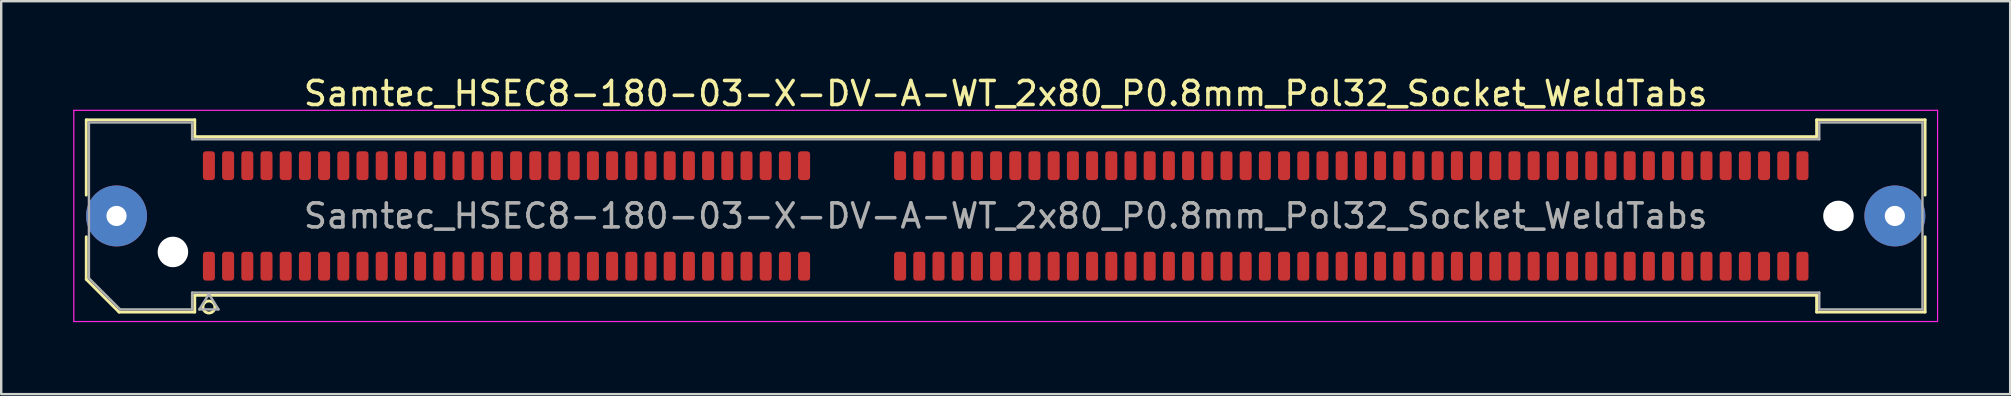
<source format=kicad_pcb>
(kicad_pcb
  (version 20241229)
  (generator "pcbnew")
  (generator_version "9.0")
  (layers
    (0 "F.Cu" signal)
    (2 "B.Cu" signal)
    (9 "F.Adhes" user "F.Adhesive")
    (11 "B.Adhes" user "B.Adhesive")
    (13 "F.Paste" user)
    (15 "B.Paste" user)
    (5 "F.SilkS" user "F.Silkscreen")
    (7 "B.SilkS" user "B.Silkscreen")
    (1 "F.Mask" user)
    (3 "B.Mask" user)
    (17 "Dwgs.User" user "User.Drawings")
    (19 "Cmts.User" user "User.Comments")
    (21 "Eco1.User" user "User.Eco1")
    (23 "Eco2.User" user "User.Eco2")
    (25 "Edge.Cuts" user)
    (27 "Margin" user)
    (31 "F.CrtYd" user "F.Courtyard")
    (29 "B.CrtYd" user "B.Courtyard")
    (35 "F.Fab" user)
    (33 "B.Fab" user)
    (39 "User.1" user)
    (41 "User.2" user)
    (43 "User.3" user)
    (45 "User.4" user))
  (footprint "Samtec_HSEC8-180-03-X-DV-A-WT_2x80_P0.8mm_Pol32_Socket_WeldTabs"
    (layer "F.Cu")
    (at 38.855 5.948)
    (property "Reference" "Samtec_HSEC8-180-03-X-DV-A-WT_2x80_P0.8mm_Pol32_Socket_WeldTabs" (at 0 -5.1 0) (layer "F.SilkS") (effects (font (size 1 1) (thickness 0.15))))
    (attr smd)
    (fp_line (start -38.31 -4.005) (end -33.79 -4.005) (stroke (width 0.12) (type solid)) (layer "F.SilkS"))
    (fp_line (start -38.31 -0.868) (end -38.31 -4.005) (stroke (width 0.12) (type solid)) (layer "F.SilkS"))
    (fp_line (start -38.31 2.641) (end -38.31 0.868) (stroke (width 0.12) (type solid)) (layer "F.SilkS"))
    (fp_line (start -36.946 4.005) (end -38.31 2.641) (stroke (width 0.12) (type solid)) (layer "F.SilkS"))
    (fp_line (start -33.79 -4.005) (end -33.79 -3.305) (stroke (width 0.12) (type solid)) (layer "F.SilkS"))
    (fp_line (start -33.79 -3.305) (end 33.79 -3.305) (stroke (width 0.12) (type solid)) (layer "F.SilkS"))
    (fp_line (start -33.79 3.305) (end -33.79 4.005) (stroke (width 0.12) (type solid)) (layer "F.SilkS"))
    (fp_line (start -33.79 4.005) (end -36.946 4.005) (stroke (width 0.12) (type solid)) (layer "F.SilkS"))
    (fp_line (start 33.79 -4.005) (end 38.31 -4.005) (stroke (width 0.12) (type solid)) (layer "F.SilkS"))
    (fp_line (start 33.79 -3.305) (end 33.79 -4.005) (stroke (width 0.12) (type solid)) (layer "F.SilkS"))
    (fp_line (start 33.79 3.305) (end -33.79 3.305) (stroke (width 0.12) (type solid)) (layer "F.SilkS"))
    (fp_line (start 33.79 4.005) (end 33.79 3.305) (stroke (width 0.12) (type solid)) (layer "F.SilkS"))
    (fp_line (start 38.31 -4.005) (end 38.31 -0.868) (stroke (width 0.12) (type solid)) (layer "F.SilkS"))
    (fp_line (start 38.31 0.868) (end 38.31 4.005) (stroke (width 0.12) (type solid)) (layer "F.SilkS"))
    (fp_line (start 38.31 4.005) (end 33.79 4.005) (stroke (width 0.12) (type solid)) (layer "F.SilkS"))
    (fp_arc (start -32.95 3.795) (mid -33.45 3.795) (end -32.95 3.795) (stroke (width 0.12) (type solid)) (layer "F.SilkS"))
    (fp_line (start -38.83 -4.4) (end -38.83 4.4) (stroke (width 0.05) (type solid)) (layer "F.CrtYd"))
    (fp_line (start -38.83 4.4) (end 38.83 4.4) (stroke (width 0.05) (type solid)) (layer "F.CrtYd"))
    (fp_line (start 38.83 -4.4) (end -38.83 -4.4) (stroke (width 0.05) (type solid)) (layer "F.CrtYd"))
    (fp_line (start 38.83 4.4) (end 38.83 -4.4) (stroke (width 0.05) (type solid)) (layer "F.CrtYd"))
    (fp_line (start -38.2 -3.895) (end -33.9 -3.895) (stroke (width 0.1) (type solid)) (layer "F.Fab"))
    (fp_line (start -38.2 2.595) (end -38.2 -3.895) (stroke (width 0.1) (type solid)) (layer "F.Fab"))
    (fp_line (start -36.9 3.895) (end -38.2 2.595) (stroke (width 0.1) (type solid)) (layer "F.Fab"))
    (fp_line (start -33.9 -3.895) (end -33.9 -3.195) (stroke (width 0.1) (type solid)) (layer "F.Fab"))
    (fp_line (start -33.9 -3.195) (end 33.9 -3.195) (stroke (width 0.1) (type solid)) (layer "F.Fab"))
    (fp_line (start -33.9 3.195) (end -33.9 3.895) (stroke (width 0.1) (type solid)) (layer "F.Fab"))
    (fp_line (start -33.9 3.895) (end -36.9 3.895) (stroke (width 0.1) (type solid)) (layer "F.Fab"))
    (fp_line (start -33.6 3.895) (end -33.2 3.255) (stroke (width 0.1) (type solid)) (layer "F.Fab"))
    (fp_line (start -33.2 3.255) (end -32.8 3.895) (stroke (width 0.1) (type solid)) (layer "F.Fab"))
    (fp_line (start -32.8 3.895) (end -33.6 3.895) (stroke (width 0.1) (type solid)) (layer "F.Fab"))
    (fp_line (start 33.9 -3.895) (end 38.2 -3.895) (stroke (width 0.1) (type solid)) (layer "F.Fab"))
    (fp_line (start 33.9 -3.195) (end 33.9 -3.895) (stroke (width 0.1) (type solid)) (layer "F.Fab"))
    (fp_line (start 33.9 3.195) (end -33.9 3.195) (stroke (width 0.1) (type solid)) (layer "F.Fab"))
    (fp_line (start 33.9 3.895) (end 33.9 3.195) (stroke (width 0.1) (type solid)) (layer "F.Fab"))
    (fp_line (start 38.2 -3.895) (end 38.2 3.895) (stroke (width 0.1) (type solid)) (layer "F.Fab"))
    (fp_line (start 38.2 3.895) (end 33.9 3.895) (stroke (width 0.1) (type solid)) (layer "F.Fab"))
    (fp_text user "${REFERENCE}" (at 0 0 0) (layer "F.Fab") (effects (font (size 1 1) (thickness 0.15))))
    (pad "" thru_hole circle (at -37.05 0) (size 2.54 2.54) (drill 0.84) (layers "*.Cu" "*.Mask" "F.Paste"))
    (pad "" np_thru_hole circle (at -34.7 1.5) (size 1.27 1.27) (drill 1.27) (layers "*.Cu" "*.Mask"))
    (pad "" np_thru_hole circle (at 34.7 0) (size 1.27 1.27) (drill 1.27) (layers "*.Cu" "*.Mask"))
    (pad "" thru_hole circle (at 37.05 0) (size 2.54 2.54) (drill 0.84) (layers "*.Cu" "*.Mask" "F.Paste"))
    (pad "1" smd roundrect (at -33.2 2.095) (size 0.5 1.2) (layers "F.Cu" "F.Mask" "F.Paste") (roundrect_rratio 0.25))
    (pad "2" smd roundrect (at -33.2 -2.095) (size 0.5 1.2) (layers "F.Cu" "F.Mask" "F.Paste") (roundrect_rratio 0.25))
    (pad "3" smd roundrect (at -32.4 2.095) (size 0.5 1.2) (layers "F.Cu" "F.Mask" "F.Paste") (roundrect_rratio 0.25))
    (pad "4" smd roundrect (at -32.4 -2.095) (size 0.5 1.2) (layers "F.Cu" "F.Mask" "F.Paste") (roundrect_rratio 0.25))
    (pad "5" smd roundrect (at -31.6 2.095) (size 0.5 1.2) (layers "F.Cu" "F.Mask" "F.Paste") (roundrect_rratio 0.25))
    (pad "6" smd roundrect (at -31.6 -2.095) (size 0.5 1.2) (layers "F.Cu" "F.Mask" "F.Paste") (roundrect_rratio 0.25))
    (pad "7" smd roundrect (at -30.8 2.095) (size 0.5 1.2) (layers "F.Cu" "F.Mask" "F.Paste") (roundrect_rratio 0.25))
    (pad "8" smd roundrect (at -30.8 -2.095) (size 0.5 1.2) (layers "F.Cu" "F.Mask" "F.Paste") (roundrect_rratio 0.25))
    (pad "9" smd roundrect (at -30 2.095) (size 0.5 1.2) (layers "F.Cu" "F.Mask" "F.Paste") (roundrect_rratio 0.25))
    (pad "10" smd roundrect (at -30 -2.095) (size 0.5 1.2) (layers "F.Cu" "F.Mask" "F.Paste") (roundrect_rratio 0.25))
    (pad "11" smd roundrect (at -29.2 2.095) (size 0.5 1.2) (layers "F.Cu" "F.Mask" "F.Paste") (roundrect_rratio 0.25))
    (pad "12" smd roundrect (at -29.2 -2.095) (size 0.5 1.2) (layers "F.Cu" "F.Mask" "F.Paste") (roundrect_rratio 0.25))
    (pad "13" smd roundrect (at -28.4 2.095) (size 0.5 1.2) (layers "F.Cu" "F.Mask" "F.Paste") (roundrect_rratio 0.25))
    (pad "14" smd roundrect (at -28.4 -2.095) (size 0.5 1.2) (layers "F.Cu" "F.Mask" "F.Paste") (roundrect_rratio 0.25))
    (pad "15" smd roundrect (at -27.6 2.095) (size 0.5 1.2) (layers "F.Cu" "F.Mask" "F.Paste") (roundrect_rratio 0.25))
    (pad "16" smd roundrect (at -27.6 -2.095) (size 0.5 1.2) (layers "F.Cu" "F.Mask" "F.Paste") (roundrect_rratio 0.25))
    (pad "17" smd roundrect (at -26.8 2.095) (size 0.5 1.2) (layers "F.Cu" "F.Mask" "F.Paste") (roundrect_rratio 0.25))
    (pad "18" smd roundrect (at -26.8 -2.095) (size 0.5 1.2) (layers "F.Cu" "F.Mask" "F.Paste") (roundrect_rratio 0.25))
    (pad "19" smd roundrect (at -26 2.095) (size 0.5 1.2) (layers "F.Cu" "F.Mask" "F.Paste") (roundrect_rratio 0.25))
    (pad "20" smd roundrect (at -26 -2.095) (size 0.5 1.2) (layers "F.Cu" "F.Mask" "F.Paste") (roundrect_rratio 0.25))
    (pad "21" smd roundrect (at -25.2 2.095) (size 0.5 1.2) (layers "F.Cu" "F.Mask" "F.Paste") (roundrect_rratio 0.25))
    (pad "22" smd roundrect (at -25.2 -2.095) (size 0.5 1.2) (layers "F.Cu" "F.Mask" "F.Paste") (roundrect_rratio 0.25))
    (pad "23" smd roundrect (at -24.4 2.095) (size 0.5 1.2) (layers "F.Cu" "F.Mask" "F.Paste") (roundrect_rratio 0.25))
    (pad "24" smd roundrect (at -24.4 -2.095) (size 0.5 1.2) (layers "F.Cu" "F.Mask" "F.Paste") (roundrect_rratio 0.25))
    (pad "25" smd roundrect (at -23.6 2.095) (size 0.5 1.2) (layers "F.Cu" "F.Mask" "F.Paste") (roundrect_rratio 0.25))
    (pad "26" smd roundrect (at -23.6 -2.095) (size 0.5 1.2) (layers "F.Cu" "F.Mask" "F.Paste") (roundrect_rratio 0.25))
    (pad "27" smd roundrect (at -22.8 2.095) (size 0.5 1.2) (layers "F.Cu" "F.Mask" "F.Paste") (roundrect_rratio 0.25))
    (pad "28" smd roundrect (at -22.8 -2.095) (size 0.5 1.2) (layers "F.Cu" "F.Mask" "F.Paste") (roundrect_rratio 0.25))
    (pad "29" smd roundrect (at -22 2.095) (size 0.5 1.2) (layers "F.Cu" "F.Mask" "F.Paste") (roundrect_rratio 0.25))
    (pad "30" smd roundrect (at -22 -2.095) (size 0.5 1.2) (layers "F.Cu" "F.Mask" "F.Paste") (roundrect_rratio 0.25))
    (pad "31" smd roundrect (at -21.2 2.095) (size 0.5 1.2) (layers "F.Cu" "F.Mask" "F.Paste") (roundrect_rratio 0.25))
    (pad "32" smd roundrect (at -21.2 -2.095) (size 0.5 1.2) (layers "F.Cu" "F.Mask" "F.Paste") (roundrect_rratio 0.25))
    (pad "33" smd roundrect (at -20.4 2.095) (size 0.5 1.2) (layers "F.Cu" "F.Mask" "F.Paste") (roundrect_rratio 0.25))
    (pad "34" smd roundrect (at -20.4 -2.095) (size 0.5 1.2) (layers "F.Cu" "F.Mask" "F.Paste") (roundrect_rratio 0.25))
    (pad "35" smd roundrect (at -19.6 2.095) (size 0.5 1.2) (layers "F.Cu" "F.Mask" "F.Paste") (roundrect_rratio 0.25))
    (pad "36" smd roundrect (at -19.6 -2.095) (size 0.5 1.2) (layers "F.Cu" "F.Mask" "F.Paste") (roundrect_rratio 0.25))
    (pad "37" smd roundrect (at -18.8 2.095) (size 0.5 1.2) (layers "F.Cu" "F.Mask" "F.Paste") (roundrect_rratio 0.25))
    (pad "38" smd roundrect (at -18.8 -2.095) (size 0.5 1.2) (layers "F.Cu" "F.Mask" "F.Paste") (roundrect_rratio 0.25))
    (pad "39" smd roundrect (at -18 2.095) (size 0.5 1.2) (layers "F.Cu" "F.Mask" "F.Paste") (roundrect_rratio 0.25))
    (pad "40" smd roundrect (at -18 -2.095) (size 0.5 1.2) (layers "F.Cu" "F.Mask" "F.Paste") (roundrect_rratio 0.25))
    (pad "41" smd roundrect (at -17.2 2.095) (size 0.5 1.2) (layers "F.Cu" "F.Mask" "F.Paste") (roundrect_rratio 0.25))
    (pad "42" smd roundrect (at -17.2 -2.095) (size 0.5 1.2) (layers "F.Cu" "F.Mask" "F.Paste") (roundrect_rratio 0.25))
    (pad "43" smd roundrect (at -16.4 2.095) (size 0.5 1.2) (layers "F.Cu" "F.Mask" "F.Paste") (roundrect_rratio 0.25))
    (pad "44" smd roundrect (at -16.4 -2.095) (size 0.5 1.2) (layers "F.Cu" "F.Mask" "F.Paste") (roundrect_rratio 0.25))
    (pad "45" smd roundrect (at -15.6 2.095) (size 0.5 1.2) (layers "F.Cu" "F.Mask" "F.Paste") (roundrect_rratio 0.25))
    (pad "46" smd roundrect (at -15.6 -2.095) (size 0.5 1.2) (layers "F.Cu" "F.Mask" "F.Paste") (roundrect_rratio 0.25))
    (pad "47" smd roundrect (at -14.8 2.095) (size 0.5 1.2) (layers "F.Cu" "F.Mask" "F.Paste") (roundrect_rratio 0.25))
    (pad "48" smd roundrect (at -14.8 -2.095) (size 0.5 1.2) (layers "F.Cu" "F.Mask" "F.Paste") (roundrect_rratio 0.25))
    (pad "49" smd roundrect (at -14 2.095) (size 0.5 1.2) (layers "F.Cu" "F.Mask" "F.Paste") (roundrect_rratio 0.25))
    (pad "50" smd roundrect (at -14 -2.095) (size 0.5 1.2) (layers "F.Cu" "F.Mask" "F.Paste") (roundrect_rratio 0.25))
    (pad "51" smd roundrect (at -13.2 2.095) (size 0.5 1.2) (layers "F.Cu" "F.Mask" "F.Paste") (roundrect_rratio 0.25))
    (pad "52" smd roundrect (at -13.2 -2.095) (size 0.5 1.2) (layers "F.Cu" "F.Mask" "F.Paste") (roundrect_rratio 0.25))
    (pad "53" smd roundrect (at -12.4 2.095) (size 0.5 1.2) (layers "F.Cu" "F.Mask" "F.Paste") (roundrect_rratio 0.25))
    (pad "54" smd roundrect (at -12.4 -2.095) (size 0.5 1.2) (layers "F.Cu" "F.Mask" "F.Paste") (roundrect_rratio 0.25))
    (pad "55" smd roundrect (at -11.6 2.095) (size 0.5 1.2) (layers "F.Cu" "F.Mask" "F.Paste") (roundrect_rratio 0.25))
    (pad "56" smd roundrect (at -11.6 -2.095) (size 0.5 1.2) (layers "F.Cu" "F.Mask" "F.Paste") (roundrect_rratio 0.25))
    (pad "57" smd roundrect (at -10.8 2.095) (size 0.5 1.2) (layers "F.Cu" "F.Mask" "F.Paste") (roundrect_rratio 0.25))
    (pad "58" smd roundrect (at -10.8 -2.095) (size 0.5 1.2) (layers "F.Cu" "F.Mask" "F.Paste") (roundrect_rratio 0.25))
    (pad "59" smd roundrect (at -10 2.095) (size 0.5 1.2) (layers "F.Cu" "F.Mask" "F.Paste") (roundrect_rratio 0.25))
    (pad "60" smd roundrect (at -10 -2.095) (size 0.5 1.2) (layers "F.Cu" "F.Mask" "F.Paste") (roundrect_rratio 0.25))
    (pad "61" smd roundrect (at -9.2 2.095) (size 0.5 1.2) (layers "F.Cu" "F.Mask" "F.Paste") (roundrect_rratio 0.25))
    (pad "62" smd roundrect (at -9.2 -2.095) (size 0.5 1.2) (layers "F.Cu" "F.Mask" "F.Paste") (roundrect_rratio 0.25))
    (pad "63" smd roundrect (at -8.4 2.095) (size 0.5 1.2) (layers "F.Cu" "F.Mask" "F.Paste") (roundrect_rratio 0.25))
    (pad "64" smd roundrect (at -8.4 -2.095) (size 0.5 1.2) (layers "F.Cu" "F.Mask" "F.Paste") (roundrect_rratio 0.25))
    (pad "65" smd roundrect (at -4.4 2.095) (size 0.5 1.2) (layers "F.Cu" "F.Mask" "F.Paste") (roundrect_rratio 0.25))
    (pad "66" smd roundrect (at -4.4 -2.095) (size 0.5 1.2) (layers "F.Cu" "F.Mask" "F.Paste") (roundrect_rratio 0.25))
    (pad "67" smd roundrect (at -3.6 2.095) (size 0.5 1.2) (layers "F.Cu" "F.Mask" "F.Paste") (roundrect_rratio 0.25))
    (pad "68" smd roundrect (at -3.6 -2.095) (size 0.5 1.2) (layers "F.Cu" "F.Mask" "F.Paste") (roundrect_rratio 0.25))
    (pad "69" smd roundrect (at -2.8 2.095) (size 0.5 1.2) (layers "F.Cu" "F.Mask" "F.Paste") (roundrect_rratio 0.25))
    (pad "70" smd roundrect (at -2.8 -2.095) (size 0.5 1.2) (layers "F.Cu" "F.Mask" "F.Paste") (roundrect_rratio 0.25))
    (pad "71" smd roundrect (at -2 2.095) (size 0.5 1.2) (layers "F.Cu" "F.Mask" "F.Paste") (roundrect_rratio 0.25))
    (pad "72" smd roundrect (at -2 -2.095) (size 0.5 1.2) (layers "F.Cu" "F.Mask" "F.Paste") (roundrect_rratio 0.25))
    (pad "73" smd roundrect (at -1.2 2.095) (size 0.5 1.2) (layers "F.Cu" "F.Mask" "F.Paste") (roundrect_rratio 0.25))
    (pad "74" smd roundrect (at -1.2 -2.095) (size 0.5 1.2) (layers "F.Cu" "F.Mask" "F.Paste") (roundrect_rratio 0.25))
    (pad "75" smd roundrect (at -0.4 2.095) (size 0.5 1.2) (layers "F.Cu" "F.Mask" "F.Paste") (roundrect_rratio 0.25))
    (pad "76" smd roundrect (at -0.4 -2.095) (size 0.5 1.2) (layers "F.Cu" "F.Mask" "F.Paste") (roundrect_rratio 0.25))
    (pad "77" smd roundrect (at 0.4 2.095) (size 0.5 1.2) (layers "F.Cu" "F.Mask" "F.Paste") (roundrect_rratio 0.25))
    (pad "78" smd roundrect (at 0.4 -2.095) (size 0.5 1.2) (layers "F.Cu" "F.Mask" "F.Paste") (roundrect_rratio 0.25))
    (pad "79" smd roundrect (at 1.2 2.095) (size 0.5 1.2) (layers "F.Cu" "F.Mask" "F.Paste") (roundrect_rratio 0.25))
    (pad "80" smd roundrect (at 1.2 -2.095) (size 0.5 1.2) (layers "F.Cu" "F.Mask" "F.Paste") (roundrect_rratio 0.25))
    (pad "81" smd roundrect (at 2 2.095) (size 0.5 1.2) (layers "F.Cu" "F.Mask" "F.Paste") (roundrect_rratio 0.25))
    (pad "82" smd roundrect (at 2 -2.095) (size 0.5 1.2) (layers "F.Cu" "F.Mask" "F.Paste") (roundrect_rratio 0.25))
    (pad "83" smd roundrect (at 2.8 2.095) (size 0.5 1.2) (layers "F.Cu" "F.Mask" "F.Paste") (roundrect_rratio 0.25))
    (pad "84" smd roundrect (at 2.8 -2.095) (size 0.5 1.2) (layers "F.Cu" "F.Mask" "F.Paste") (roundrect_rratio 0.25))
    (pad "85" smd roundrect (at 3.6 2.095) (size 0.5 1.2) (layers "F.Cu" "F.Mask" "F.Paste") (roundrect_rratio 0.25))
    (pad "86" smd roundrect (at 3.6 -2.095) (size 0.5 1.2) (layers "F.Cu" "F.Mask" "F.Paste") (roundrect_rratio 0.25))
    (pad "87" smd roundrect (at 4.4 2.095) (size 0.5 1.2) (layers "F.Cu" "F.Mask" "F.Paste") (roundrect_rratio 0.25))
    (pad "88" smd roundrect (at 4.4 -2.095) (size 0.5 1.2) (layers "F.Cu" "F.Mask" "F.Paste") (roundrect_rratio 0.25))
    (pad "89" smd roundrect (at 5.2 2.095) (size 0.5 1.2) (layers "F.Cu" "F.Mask" "F.Paste") (roundrect_rratio 0.25))
    (pad "90" smd roundrect (at 5.2 -2.095) (size 0.5 1.2) (layers "F.Cu" "F.Mask" "F.Paste") (roundrect_rratio 0.25))
    (pad "91" smd roundrect (at 6 2.095) (size 0.5 1.2) (layers "F.Cu" "F.Mask" "F.Paste") (roundrect_rratio 0.25))
    (pad "92" smd roundrect (at 6 -2.095) (size 0.5 1.2) (layers "F.Cu" "F.Mask" "F.Paste") (roundrect_rratio 0.25))
    (pad "93" smd roundrect (at 6.8 2.095) (size 0.5 1.2) (layers "F.Cu" "F.Mask" "F.Paste") (roundrect_rratio 0.25))
    (pad "94" smd roundrect (at 6.8 -2.095) (size 0.5 1.2) (layers "F.Cu" "F.Mask" "F.Paste") (roundrect_rratio 0.25))
    (pad "95" smd roundrect (at 7.6 2.095) (size 0.5 1.2) (layers "F.Cu" "F.Mask" "F.Paste") (roundrect_rratio 0.25))
    (pad "96" smd roundrect (at 7.6 -2.095) (size 0.5 1.2) (layers "F.Cu" "F.Mask" "F.Paste") (roundrect_rratio 0.25))
    (pad "97" smd roundrect (at 8.4 2.095) (size 0.5 1.2) (layers "F.Cu" "F.Mask" "F.Paste") (roundrect_rratio 0.25))
    (pad "98" smd roundrect (at 8.4 -2.095) (size 0.5 1.2) (layers "F.Cu" "F.Mask" "F.Paste") (roundrect_rratio 0.25))
    (pad "99" smd roundrect (at 9.2 2.095) (size 0.5 1.2) (layers "F.Cu" "F.Mask" "F.Paste") (roundrect_rratio 0.25))
    (pad "100" smd roundrect (at 9.2 -2.095) (size 0.5 1.2) (layers "F.Cu" "F.Mask" "F.Paste") (roundrect_rratio 0.25))
    (pad "101" smd roundrect (at 10 2.095) (size 0.5 1.2) (layers "F.Cu" "F.Mask" "F.Paste") (roundrect_rratio 0.25))
    (pad "102" smd roundrect (at 10 -2.095) (size 0.5 1.2) (layers "F.Cu" "F.Mask" "F.Paste") (roundrect_rratio 0.25))
    (pad "103" smd roundrect (at 10.8 2.095) (size 0.5 1.2) (layers "F.Cu" "F.Mask" "F.Paste") (roundrect_rratio 0.25))
    (pad "104" smd roundrect (at 10.8 -2.095) (size 0.5 1.2) (layers "F.Cu" "F.Mask" "F.Paste") (roundrect_rratio 0.25))
    (pad "105" smd roundrect (at 11.6 2.095) (size 0.5 1.2) (layers "F.Cu" "F.Mask" "F.Paste") (roundrect_rratio 0.25))
    (pad "106" smd roundrect (at 11.6 -2.095) (size 0.5 1.2) (layers "F.Cu" "F.Mask" "F.Paste") (roundrect_rratio 0.25))
    (pad "107" smd roundrect (at 12.4 2.095) (size 0.5 1.2) (layers "F.Cu" "F.Mask" "F.Paste") (roundrect_rratio 0.25))
    (pad "108" smd roundrect (at 12.4 -2.095) (size 0.5 1.2) (layers "F.Cu" "F.Mask" "F.Paste") (roundrect_rratio 0.25))
    (pad "109" smd roundrect (at 13.2 2.095) (size 0.5 1.2) (layers "F.Cu" "F.Mask" "F.Paste") (roundrect_rratio 0.25))
    (pad "110" smd roundrect (at 13.2 -2.095) (size 0.5 1.2) (layers "F.Cu" "F.Mask" "F.Paste") (roundrect_rratio 0.25))
    (pad "111" smd roundrect (at 14 2.095) (size 0.5 1.2) (layers "F.Cu" "F.Mask" "F.Paste") (roundrect_rratio 0.25))
    (pad "112" smd roundrect (at 14 -2.095) (size 0.5 1.2) (layers "F.Cu" "F.Mask" "F.Paste") (roundrect_rratio 0.25))
    (pad "113" smd roundrect (at 14.8 2.095) (size 0.5 1.2) (layers "F.Cu" "F.Mask" "F.Paste") (roundrect_rratio 0.25))
    (pad "114" smd roundrect (at 14.8 -2.095) (size 0.5 1.2) (layers "F.Cu" "F.Mask" "F.Paste") (roundrect_rratio 0.25))
    (pad "115" smd roundrect (at 15.6 2.095) (size 0.5 1.2) (layers "F.Cu" "F.Mask" "F.Paste") (roundrect_rratio 0.25))
    (pad "116" smd roundrect (at 15.6 -2.095) (size 0.5 1.2) (layers "F.Cu" "F.Mask" "F.Paste") (roundrect_rratio 0.25))
    (pad "117" smd roundrect (at 16.4 2.095) (size 0.5 1.2) (layers "F.Cu" "F.Mask" "F.Paste") (roundrect_rratio 0.25))
    (pad "118" smd roundrect (at 16.4 -2.095) (size 0.5 1.2) (layers "F.Cu" "F.Mask" "F.Paste") (roundrect_rratio 0.25))
    (pad "119" smd roundrect (at 17.2 2.095) (size 0.5 1.2) (layers "F.Cu" "F.Mask" "F.Paste") (roundrect_rratio 0.25))
    (pad "120" smd roundrect (at 17.2 -2.095) (size 0.5 1.2) (layers "F.Cu" "F.Mask" "F.Paste") (roundrect_rratio 0.25))
    (pad "121" smd roundrect (at 18 2.095) (size 0.5 1.2) (layers "F.Cu" "F.Mask" "F.Paste") (roundrect_rratio 0.25))
    (pad "122" smd roundrect (at 18 -2.095) (size 0.5 1.2) (layers "F.Cu" "F.Mask" "F.Paste") (roundrect_rratio 0.25))
    (pad "123" smd roundrect (at 18.8 2.095) (size 0.5 1.2) (layers "F.Cu" "F.Mask" "F.Paste") (roundrect_rratio 0.25))
    (pad "124" smd roundrect (at 18.8 -2.095) (size 0.5 1.2) (layers "F.Cu" "F.Mask" "F.Paste") (roundrect_rratio 0.25))
    (pad "125" smd roundrect (at 19.6 2.095) (size 0.5 1.2) (layers "F.Cu" "F.Mask" "F.Paste") (roundrect_rratio 0.25))
    (pad "126" smd roundrect (at 19.6 -2.095) (size 0.5 1.2) (layers "F.Cu" "F.Mask" "F.Paste") (roundrect_rratio 0.25))
    (pad "127" smd roundrect (at 20.4 2.095) (size 0.5 1.2) (layers "F.Cu" "F.Mask" "F.Paste") (roundrect_rratio 0.25))
    (pad "128" smd roundrect (at 20.4 -2.095) (size 0.5 1.2) (layers "F.Cu" "F.Mask" "F.Paste") (roundrect_rratio 0.25))
    (pad "129" smd roundrect (at 21.2 2.095) (size 0.5 1.2) (layers "F.Cu" "F.Mask" "F.Paste") (roundrect_rratio 0.25))
    (pad "130" smd roundrect (at 21.2 -2.095) (size 0.5 1.2) (layers "F.Cu" "F.Mask" "F.Paste") (roundrect_rratio 0.25))
    (pad "131" smd roundrect (at 22 2.095) (size 0.5 1.2) (layers "F.Cu" "F.Mask" "F.Paste") (roundrect_rratio 0.25))
    (pad "132" smd roundrect (at 22 -2.095) (size 0.5 1.2) (layers "F.Cu" "F.Mask" "F.Paste") (roundrect_rratio 0.25))
    (pad "133" smd roundrect (at 22.8 2.095) (size 0.5 1.2) (layers "F.Cu" "F.Mask" "F.Paste") (roundrect_rratio 0.25))
    (pad "134" smd roundrect (at 22.8 -2.095) (size 0.5 1.2) (layers "F.Cu" "F.Mask" "F.Paste") (roundrect_rratio 0.25))
    (pad "135" smd roundrect (at 23.6 2.095) (size 0.5 1.2) (layers "F.Cu" "F.Mask" "F.Paste") (roundrect_rratio 0.25))
    (pad "136" smd roundrect (at 23.6 -2.095) (size 0.5 1.2) (layers "F.Cu" "F.Mask" "F.Paste") (roundrect_rratio 0.25))
    (pad "137" smd roundrect (at 24.4 2.095) (size 0.5 1.2) (layers "F.Cu" "F.Mask" "F.Paste") (roundrect_rratio 0.25))
    (pad "138" smd roundrect (at 24.4 -2.095) (size 0.5 1.2) (layers "F.Cu" "F.Mask" "F.Paste") (roundrect_rratio 0.25))
    (pad "139" smd roundrect (at 25.2 2.095) (size 0.5 1.2) (layers "F.Cu" "F.Mask" "F.Paste") (roundrect_rratio 0.25))
    (pad "140" smd roundrect (at 25.2 -2.095) (size 0.5 1.2) (layers "F.Cu" "F.Mask" "F.Paste") (roundrect_rratio 0.25))
    (pad "141" smd roundrect (at 26 2.095) (size 0.5 1.2) (layers "F.Cu" "F.Mask" "F.Paste") (roundrect_rratio 0.25))
    (pad "142" smd roundrect (at 26 -2.095) (size 0.5 1.2) (layers "F.Cu" "F.Mask" "F.Paste") (roundrect_rratio 0.25))
    (pad "143" smd roundrect (at 26.8 2.095) (size 0.5 1.2) (layers "F.Cu" "F.Mask" "F.Paste") (roundrect_rratio 0.25))
    (pad "144" smd roundrect (at 26.8 -2.095) (size 0.5 1.2) (layers "F.Cu" "F.Mask" "F.Paste") (roundrect_rratio 0.25))
    (pad "145" smd roundrect (at 27.6 2.095) (size 0.5 1.2) (layers "F.Cu" "F.Mask" "F.Paste") (roundrect_rratio 0.25))
    (pad "146" smd roundrect (at 27.6 -2.095) (size 0.5 1.2) (layers "F.Cu" "F.Mask" "F.Paste") (roundrect_rratio 0.25))
    (pad "147" smd roundrect (at 28.4 2.095) (size 0.5 1.2) (layers "F.Cu" "F.Mask" "F.Paste") (roundrect_rratio 0.25))
    (pad "148" smd roundrect (at 28.4 -2.095) (size 0.5 1.2) (layers "F.Cu" "F.Mask" "F.Paste") (roundrect_rratio 0.25))
    (pad "149" smd roundrect (at 29.2 2.095) (size 0.5 1.2) (layers "F.Cu" "F.Mask" "F.Paste") (roundrect_rratio 0.25))
    (pad "150" smd roundrect (at 29.2 -2.095) (size 0.5 1.2) (layers "F.Cu" "F.Mask" "F.Paste") (roundrect_rratio 0.25))
    (pad "151" smd roundrect (at 30 2.095) (size 0.5 1.2) (layers "F.Cu" "F.Mask" "F.Paste") (roundrect_rratio 0.25))
    (pad "152" smd roundrect (at 30 -2.095) (size 0.5 1.2) (layers "F.Cu" "F.Mask" "F.Paste") (roundrect_rratio 0.25))
    (pad "153" smd roundrect (at 30.8 2.095) (size 0.5 1.2) (layers "F.Cu" "F.Mask" "F.Paste") (roundrect_rratio 0.25))
    (pad "154" smd roundrect (at 30.8 -2.095) (size 0.5 1.2) (layers "F.Cu" "F.Mask" "F.Paste") (roundrect_rratio 0.25))
    (pad "155" smd roundrect (at 31.6 2.095) (size 0.5 1.2) (layers "F.Cu" "F.Mask" "F.Paste") (roundrect_rratio 0.25))
    (pad "156" smd roundrect (at 31.6 -2.095) (size 0.5 1.2) (layers "F.Cu" "F.Mask" "F.Paste") (roundrect_rratio 0.25))
    (pad "157" smd roundrect (at 32.4 2.095) (size 0.5 1.2) (layers "F.Cu" "F.Mask" "F.Paste") (roundrect_rratio 0.25))
    (pad "158" smd roundrect (at 32.4 -2.095) (size 0.5 1.2) (layers "F.Cu" "F.Mask" "F.Paste") (roundrect_rratio 0.25))
    (pad "159" smd roundrect (at 33.2 2.095) (size 0.5 1.2) (layers "F.Cu" "F.Mask" "F.Paste") (roundrect_rratio 0.25))
    (pad "160" smd roundrect (at 33.2 -2.095) (size 0.5 1.2) (layers "F.Cu" "F.Mask" "F.Paste") (roundrect_rratio 0.25)))
  (gr_rect
    (start -3 -3)
    (end 80.71 13.373)
    (stroke (width 0.1) (type default))
    (fill no)
    (layer "Edge.Cuts")))
</source>
